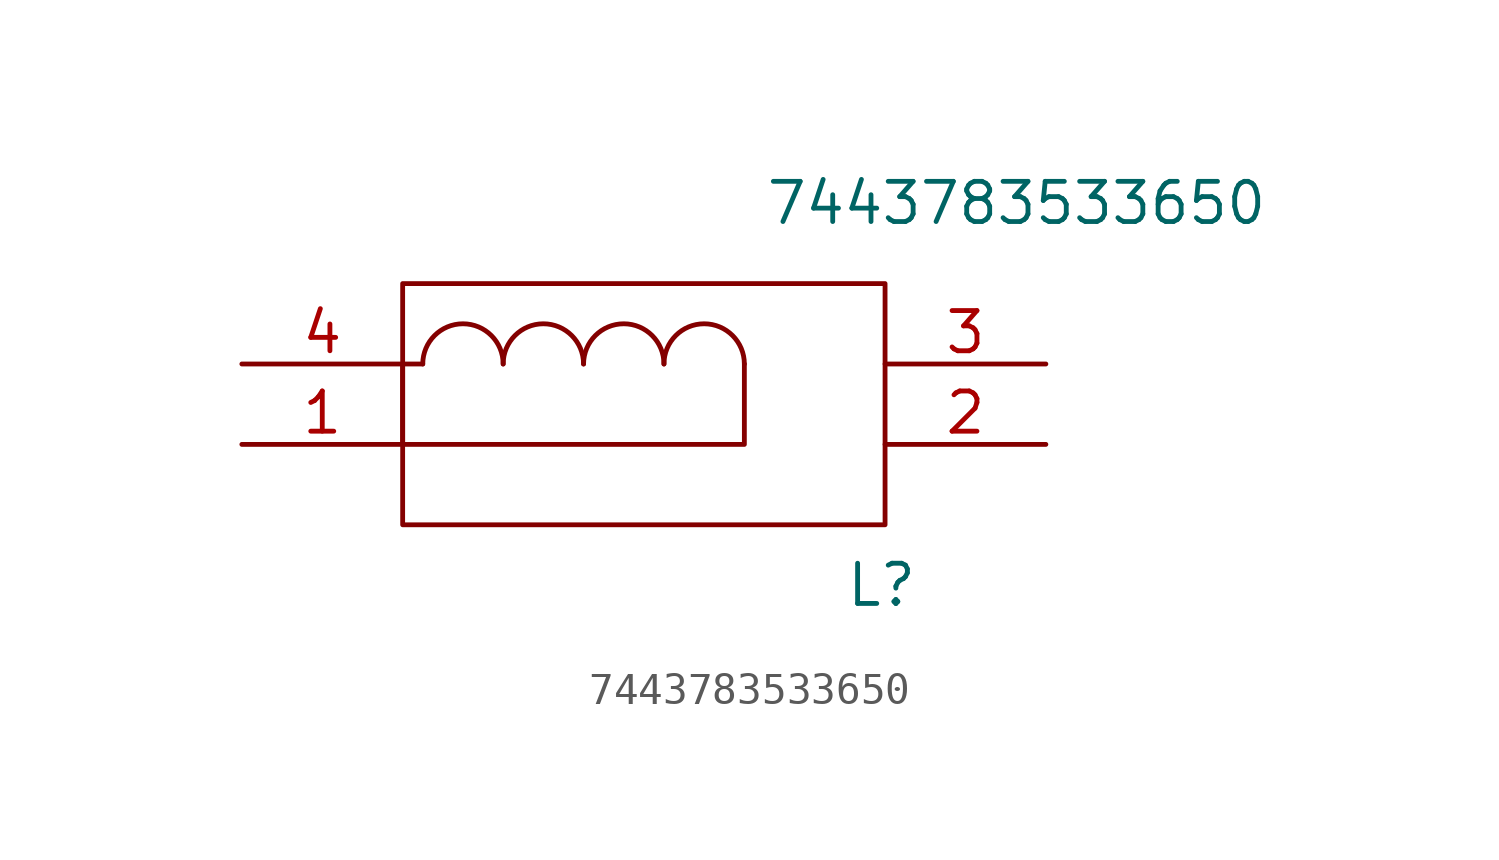
<source format=kicad_sym>
(kicad_symbol_lib
  (version 20211014)
  (generator kicad_symbol_editor)
  (symbol "7443783533650"
    (pin_names
      (offset 0.762) hide)
    (property "Reference" "L"
      (at 19.05 -6.985 0)
      (effects (font (size 1.27 1.27)) (justify left)))
    (property "Value" "7443783533650"
      (at 16.51 5.08 0)
      (effects (font (size 1.27 1.27)) (justify left)))
    (symbol "7443783533650_0_0"
      (pin passive line (at 0 -2.54 0) (length 5.08) (name "1" (effects (font (size 1.27 1.27)))) (number "1" (effects (font (size 1.27 1.27)))))
      (pin passive line (at 25.4 -2.54 180) (length 5.08) (name "2" (effects (font (size 1.27 1.27)))) (number "2" (effects (font (size 1.27 1.27)))))
      (pin passive line (at 25.4 0 180) (length 5.08) (name "3" (effects (font (size 1.27 1.27)))) (number "3" (effects (font (size 1.27 1.27)))))
      (pin passive line (at 0 0 0) (length 5.08) (name "4" (effects (font (size 1.27 1.27)))) (number "4" (effects (font (size 1.27 1.27))))))
    (symbol "7443783533650_0_1"
      (polyline (pts (xy 5.08 2.54) (xy 20.32 2.54) (xy 20.32 -5.08) (xy 5.08 -5.08) (xy 5.08 2.54)) (stroke (width 0.152) (type default) (color 0 0 0 0)) (fill (type none)))
      (polyline (pts (xy 15.875 0) (xy 15.875 -2.54) (xy 5.08 -2.54) (xy 5.08 0) (xy 5.715 0)) (stroke (width 0) (type default) (color 0 0 0 0)) (fill (type none)))
      (arc (start 8.255 0) (mid 6.985 1.27) (end 5.715 0) (stroke (width 0) (type default) (color 0 0 0 0)) (fill (type none)))
      (arc (start 10.795 0) (mid 9.525 1.27) (end 8.255 0) (stroke (width 0) (type default) (color 0 0 0 0)) (fill (type none)))
      (arc (start 13.335 0) (mid 12.065 1.27) (end 10.795 0) (stroke (width 0) (type default) (color 0 0 0 0)) (fill (type none)))
      (arc (start 15.875 0) (mid 14.605 1.27) (end 13.335 0) (stroke (width 0) (type default) (color 0 0 0 0)) (fill (type none))))))
</source>
